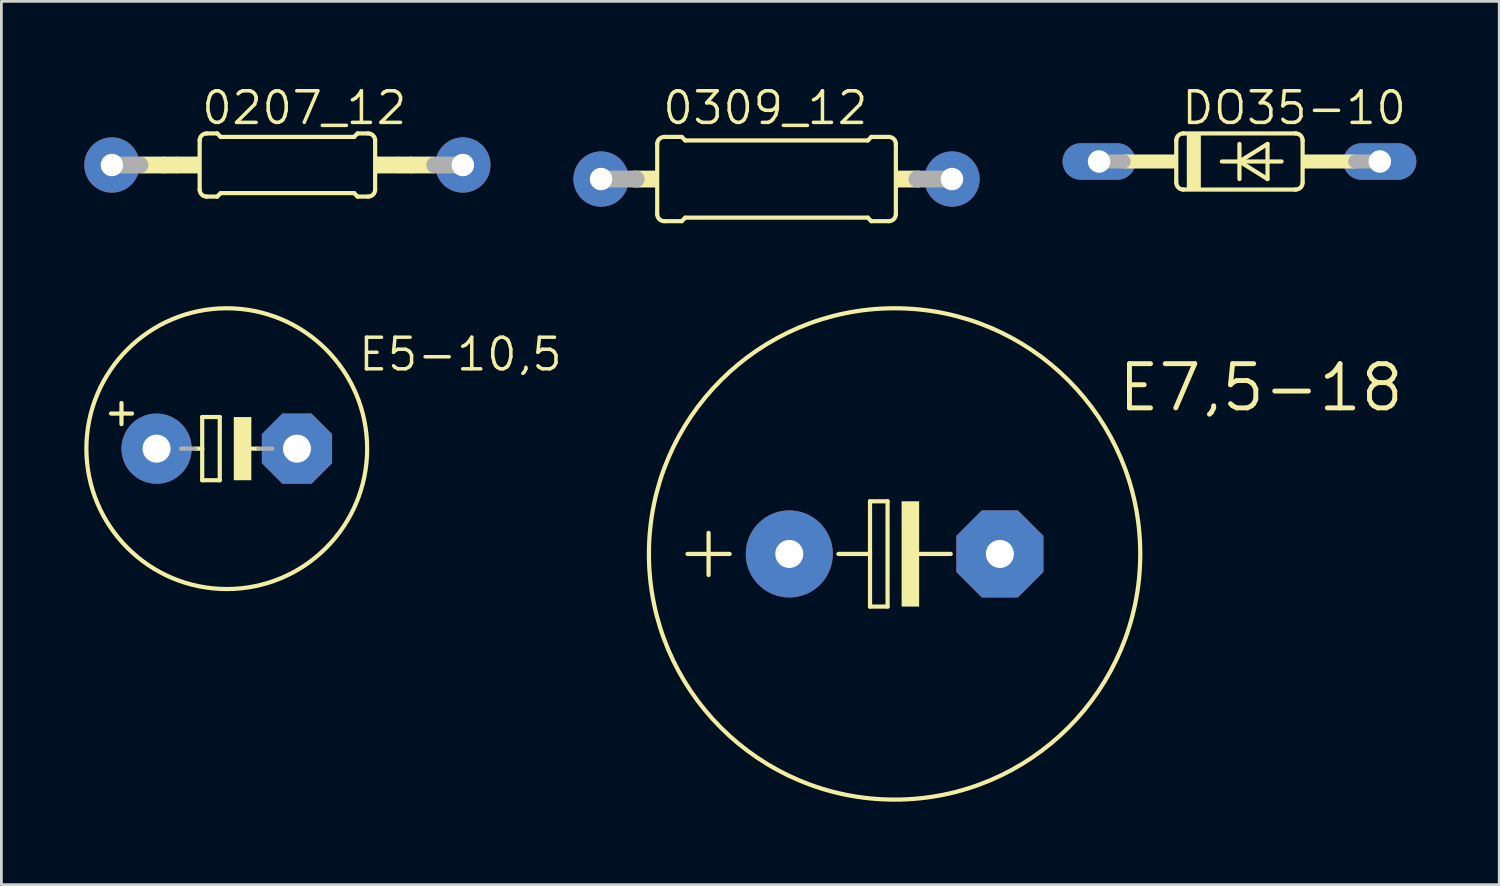
<source format=kicad_pcb>
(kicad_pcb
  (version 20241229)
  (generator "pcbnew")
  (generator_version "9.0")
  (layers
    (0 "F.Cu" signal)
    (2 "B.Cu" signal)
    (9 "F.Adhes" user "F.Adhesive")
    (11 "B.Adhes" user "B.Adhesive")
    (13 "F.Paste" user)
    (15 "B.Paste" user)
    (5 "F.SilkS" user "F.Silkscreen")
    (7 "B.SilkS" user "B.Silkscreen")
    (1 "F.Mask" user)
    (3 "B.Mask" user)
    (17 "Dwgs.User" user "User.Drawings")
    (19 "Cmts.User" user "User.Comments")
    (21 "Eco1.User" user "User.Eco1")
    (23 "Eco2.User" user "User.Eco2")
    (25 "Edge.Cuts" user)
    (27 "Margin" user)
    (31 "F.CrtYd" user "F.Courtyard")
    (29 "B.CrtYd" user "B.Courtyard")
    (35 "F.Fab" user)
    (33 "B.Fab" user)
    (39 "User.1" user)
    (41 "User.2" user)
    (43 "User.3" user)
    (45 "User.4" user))
  (footprint "0309_12"
    (layer "F.Cu")
    (at 25.05 3.429)
    (property "Reference" "0309_12" (at -4.191 -1.905 0) (layer "F.SilkS") (effects (font (size 1.143 1.143) (thickness 0.127)) (justify left bottom)))
    (fp_line (start -4.318 1.27) (end -4.318 -1.27) (stroke (width 0.152) (type solid)) (layer "F.SilkS"))
    (fp_line (start -4.064 -1.524) (end -3.429 -1.524) (stroke (width 0.152) (type solid)) (layer "F.SilkS"))
    (fp_line (start -4.064 1.524) (end -3.429 1.524) (stroke (width 0.152) (type solid)) (layer "F.SilkS"))
    (fp_line (start -3.302 -1.397) (end -3.429 -1.524) (stroke (width 0.152) (type solid)) (layer "F.SilkS"))
    (fp_line (start -3.302 1.397) (end -3.429 1.524) (stroke (width 0.152) (type solid)) (layer "F.SilkS"))
    (fp_line (start 3.302 -1.397) (end -3.302 -1.397) (stroke (width 0.152) (type solid)) (layer "F.SilkS"))
    (fp_line (start 3.302 -1.397) (end 3.429 -1.524) (stroke (width 0.152) (type solid)) (layer "F.SilkS"))
    (fp_line (start 3.302 1.397) (end -3.302 1.397) (stroke (width 0.152) (type solid)) (layer "F.SilkS"))
    (fp_line (start 3.302 1.397) (end 3.429 1.524) (stroke (width 0.152) (type solid)) (layer "F.SilkS"))
    (fp_line (start 4.064 -1.524) (end 3.429 -1.524) (stroke (width 0.152) (type solid)) (layer "F.SilkS"))
    (fp_line (start 4.064 1.524) (end 3.429 1.524) (stroke (width 0.152) (type solid)) (layer "F.SilkS"))
    (fp_line (start 4.318 1.27) (end 4.318 -1.27) (stroke (width 0.152) (type solid)) (layer "F.SilkS"))
    (fp_arc (start -4.318 -1.27) (mid -4.243605 -1.449605) (end -4.064 -1.524) (stroke (width 0.1524) (type solid)) (layer "F.SilkS"))
    (fp_arc (start -4.064 1.524) (mid -4.243605 1.449605) (end -4.318 1.27) (stroke (width 0.1524) (type solid)) (layer "F.SilkS"))
    (fp_arc (start 4.064 -1.524) (mid 4.243605 -1.449605) (end 4.318 -1.27) (stroke (width 0.1524) (type solid)) (layer "F.SilkS"))
    (fp_arc (start 4.318 1.27) (mid 4.243605 1.449605) (end 4.064 1.524) (stroke (width 0.1524) (type solid)) (layer "F.SilkS"))
    (fp_poly (pts (xy -5.182 0.305) (xy -4.318 0.305) (xy -4.318 -0.305) (xy -5.182 -0.305)) (stroke (width 0) (type default)) (fill yes) (layer "F.SilkS"))
    (fp_poly (pts (xy 4.318 0.305) (xy 5.182 0.305) (xy 5.182 -0.305) (xy 4.318 -0.305)) (stroke (width 0) (type default)) (fill yes) (layer "F.SilkS"))
    (fp_line (start -6.35 0) (end -5.08 0) (stroke (width 0.61) (type solid)) (layer "F.Fab"))
    (fp_line (start 6.35 0) (end 5.08 0) (stroke (width 0.61) (type solid)) (layer "F.Fab"))
    (pad "1" thru_hole circle (at -6.35 0) (size 2 2) (drill 0.813) (layers "*.Cu" "*.Mask"))
    (pad "2" thru_hole circle (at 6.35 0) (size 2 2) (drill 0.813) (layers "*.Cu" "*.Mask")))
  (footprint "DO35-10"
    (layer "F.Cu")
    (at 41.801 2.794)
    (property "Reference" "DO35-10" (at -2.159 -1.27 0) (layer "F.SilkS") (effects (font (size 1.143 1.143) (thickness 0.127)) (justify left bottom)))
    (fp_line (start -2.286 -0.762) (end -2.286 0.762) (stroke (width 0.152) (type solid)) (layer "F.SilkS"))
    (fp_line (start -2.032 -1.016) (end 2.032 -1.016) (stroke (width 0.152) (type solid)) (layer "F.SilkS"))
    (fp_line (start -2.032 1.016) (end 2.032 1.016) (stroke (width 0.152) (type solid)) (layer "F.SilkS"))
    (fp_line (start -0.635 0) (end 0 0) (stroke (width 0.152) (type solid)) (layer "F.SilkS"))
    (fp_line (start 0 -0.635) (end 0 0) (stroke (width 0.152) (type solid)) (layer "F.SilkS"))
    (fp_line (start 0 0) (end 0 0.635) (stroke (width 0.152) (type solid)) (layer "F.SilkS"))
    (fp_line (start 0 0) (end 1.016 -0.635) (stroke (width 0.152) (type solid)) (layer "F.SilkS"))
    (fp_line (start 0 0) (end 1.524 0) (stroke (width 0.152) (type solid)) (layer "F.SilkS"))
    (fp_line (start 1.016 -0.635) (end 1.016 0.635) (stroke (width 0.152) (type solid)) (layer "F.SilkS"))
    (fp_line (start 1.016 0.635) (end 0 0) (stroke (width 0.152) (type solid)) (layer "F.SilkS"))
    (fp_line (start 2.286 0.762) (end 2.286 -0.762) (stroke (width 0.152) (type solid)) (layer "F.SilkS"))
    (fp_arc (start -2.286 -0.762) (mid -2.211605 -0.941605) (end -2.032 -1.016) (stroke (width 0.1524) (type solid)) (layer "F.SilkS"))
    (fp_arc (start -2.032 1.016) (mid -2.211605 0.941605) (end -2.286 0.762) (stroke (width 0.1524) (type solid)) (layer "F.SilkS"))
    (fp_arc (start 2.032 -1.016) (mid 2.211605 -0.941605) (end 2.286 -0.762) (stroke (width 0.1524) (type solid)) (layer "F.SilkS"))
    (fp_arc (start 2.286 0.762) (mid 2.211605 0.941605) (end 2.032 1.016) (stroke (width 0.1524) (type solid)) (layer "F.SilkS"))
    (fp_poly (pts (xy -4.191 0.254) (xy -2.286 0.254) (xy -2.286 -0.254) (xy -4.191 -0.254)) (stroke (width 0) (type default)) (fill yes) (layer "F.SilkS"))
    (fp_poly (pts (xy -1.905 1.016) (xy -1.397 1.016) (xy -1.397 -1.016) (xy -1.905 -1.016)) (stroke (width 0) (type default)) (fill yes) (layer "F.SilkS"))
    (fp_poly (pts (xy 2.286 0.254) (xy 4.191 0.254) (xy 4.191 -0.254) (xy 2.286 -0.254)) (stroke (width 0) (type default)) (fill yes) (layer "F.SilkS"))
    (fp_line (start -5.08 0) (end -4.191 0) (stroke (width 0.508) (type solid)) (layer "F.Fab"))
    (fp_line (start 5.08 0) (end 4.191 0) (stroke (width 0.508) (type solid)) (layer "F.Fab"))
    (pad "A" thru_hole oval (at 5.08 0) (size 2.642 1.321) (drill 0.813) (layers "*.Cu" "*.Mask"))
    (pad "C" thru_hole oval (at -5.08 0) (size 2.642 1.321) (drill 0.813) (layers "*.Cu" "*.Mask")))
  (footprint "E7,5-18"
    (layer "F.Cu")
    (at 29.322 16.995)
    (property "Reference" "E7,5-18" (at 8.001 -5.08 0) (layer "F.SilkS") (effects (font (size 1.6 1.6) (thickness 0.178)) (justify left bottom)))
    (fp_line (start -7.493 0) (end -5.969 0) (stroke (width 0.152) (type solid)) (layer "F.SilkS"))
    (fp_line (start -6.731 0.762) (end -6.731 -0.762) (stroke (width 0.152) (type solid)) (layer "F.SilkS"))
    (fp_line (start -0.889 -1.905) (end -0.889 0) (stroke (width 0.152) (type solid)) (layer "F.SilkS"))
    (fp_line (start -0.889 0) (end -2.032 0) (stroke (width 0.152) (type solid)) (layer "F.SilkS"))
    (fp_line (start -0.889 0) (end -0.889 1.905) (stroke (width 0.152) (type solid)) (layer "F.SilkS"))
    (fp_line (start -0.889 1.905) (end -0.254 1.905) (stroke (width 0.152) (type solid)) (layer "F.SilkS"))
    (fp_line (start -0.254 -1.905) (end -0.889 -1.905) (stroke (width 0.152) (type solid)) (layer "F.SilkS"))
    (fp_line (start -0.254 1.905) (end -0.254 -1.905) (stroke (width 0.152) (type solid)) (layer "F.SilkS"))
    (fp_line (start 0.635 0) (end 2.032 0) (stroke (width 0.152) (type solid)) (layer "F.SilkS"))
    (fp_circle (center 0 0) (end 8.89 0) (stroke (width 0.152) (type solid)) (fill no) (layer "F.SilkS"))
    (fp_poly (pts (xy 0.254 1.905) (xy 0.889 1.905) (xy 0.889 -1.905) (xy 0.254 -1.905)) (stroke (width 0) (type default)) (fill yes) (layer "F.SilkS"))
    (pad "+" thru_hole circle (at -3.81 0) (size 3.15 3.15) (drill 1.016) (layers "*.Cu" "*.Mask"))
    (pad "-" thru_hole roundrect (at 3.81 0) (size 3.15 3.15) (drill 1.016) (layers "*.Cu" "*.Mask") (roundrect_rratio 0.25) (chamfer_ratio 0.293) (chamfer top_left top_right bottom_left bottom_right)))
  (footprint "E5-10,5"
    (layer "F.Cu")
    (at 5.156 13.185)
    (property "Reference" "E5-10,5" (at 4.699 -2.743 0) (layer "F.SilkS") (effects (font (size 1.143 1.143) (thickness 0.127)) (justify left bottom)))
    (fp_line (start -3.81 -1.651) (end -3.81 -0.889) (stroke (width 0.152) (type solid)) (layer "F.SilkS"))
    (fp_line (start -3.429 -1.27) (end -4.191 -1.27) (stroke (width 0.152) (type solid)) (layer "F.SilkS"))
    (fp_line (start -1.143 0) (end -0.889 0) (stroke (width 0.152) (type solid)) (layer "F.SilkS"))
    (fp_line (start -0.889 -1.143) (end -0.889 0) (stroke (width 0.152) (type solid)) (layer "F.SilkS"))
    (fp_line (start -0.889 0) (end -0.889 1.143) (stroke (width 0.152) (type solid)) (layer "F.SilkS"))
    (fp_line (start -0.889 1.143) (end -0.254 1.143) (stroke (width 0.152) (type solid)) (layer "F.SilkS"))
    (fp_line (start -0.254 -1.143) (end -0.889 -1.143) (stroke (width 0.152) (type solid)) (layer "F.SilkS"))
    (fp_line (start -0.254 1.143) (end -0.254 -1.143) (stroke (width 0.152) (type solid)) (layer "F.SilkS"))
    (fp_line (start 0.635 0) (end 1.143 0) (stroke (width 0.152) (type solid)) (layer "F.SilkS"))
    (fp_circle (center 0 0) (end 5.08 0) (stroke (width 0.152) (type solid)) (fill no) (layer "F.SilkS"))
    (fp_poly (pts (xy 0.254 1.143) (xy 0.889 1.143) (xy 0.889 -1.143) (xy 0.254 -1.143)) (stroke (width 0) (type default)) (fill yes) (layer "F.SilkS"))
    (fp_line (start -1.651 0) (end -1.143 0) (stroke (width 0.152) (type solid)) (layer "F.Fab"))
    (fp_line (start 1.143 0) (end 1.651 0) (stroke (width 0.152) (type solid)) (layer "F.Fab"))
    (pad "+" thru_hole circle (at -2.54 0) (size 2.54 2.54) (drill 1.016) (layers "*.Cu" "*.Mask"))
    (pad "-" thru_hole roundrect (at 2.54 0) (size 2.54 2.54) (drill 1.016) (layers "*.Cu" "*.Mask") (roundrect_rratio 0.25) (chamfer_ratio 0.293) (chamfer top_left top_right bottom_left bottom_right)))
  (footprint "0207_12"
    (layer "F.Cu")
    (at 7.35 2.921)
    (property "Reference" "0207_12" (at -3.175 -1.397 0) (layer "F.SilkS") (effects (font (size 1.143 1.143) (thickness 0.127)) (justify left bottom)))
    (fp_line (start -4.445 0) (end -4.064 0) (stroke (width 0.61) (type solid)) (layer "F.SilkS"))
    (fp_line (start -3.175 0.889) (end -3.175 -0.889) (stroke (width 0.152) (type solid)) (layer "F.SilkS"))
    (fp_line (start -2.921 -1.143) (end -2.54 -1.143) (stroke (width 0.152) (type solid)) (layer "F.SilkS"))
    (fp_line (start -2.921 1.143) (end -2.54 1.143) (stroke (width 0.152) (type solid)) (layer "F.SilkS"))
    (fp_line (start -2.413 -1.016) (end -2.54 -1.143) (stroke (width 0.152) (type solid)) (layer "F.SilkS"))
    (fp_line (start -2.413 1.016) (end -2.54 1.143) (stroke (width 0.152) (type solid)) (layer "F.SilkS"))
    (fp_line (start 2.413 -1.016) (end -2.413 -1.016) (stroke (width 0.152) (type solid)) (layer "F.SilkS"))
    (fp_line (start 2.413 -1.016) (end 2.54 -1.143) (stroke (width 0.152) (type solid)) (layer "F.SilkS"))
    (fp_line (start 2.413 1.016) (end -2.413 1.016) (stroke (width 0.152) (type solid)) (layer "F.SilkS"))
    (fp_line (start 2.413 1.016) (end 2.54 1.143) (stroke (width 0.152) (type solid)) (layer "F.SilkS"))
    (fp_line (start 2.921 -1.143) (end 2.54 -1.143) (stroke (width 0.152) (type solid)) (layer "F.SilkS"))
    (fp_line (start 2.921 1.143) (end 2.54 1.143) (stroke (width 0.152) (type solid)) (layer "F.SilkS"))
    (fp_line (start 3.175 0.889) (end 3.175 -0.889) (stroke (width 0.152) (type solid)) (layer "F.SilkS"))
    (fp_line (start 4.445 0) (end 4.064 0) (stroke (width 0.61) (type solid)) (layer "F.SilkS"))
    (fp_arc (start -3.175 -0.889) (mid -3.100605 -1.068605) (end -2.921 -1.143) (stroke (width 0.1524) (type solid)) (layer "F.SilkS"))
    (fp_arc (start -2.921 1.143) (mid -3.100605 1.068605) (end -3.175 0.889) (stroke (width 0.1524) (type solid)) (layer "F.SilkS"))
    (fp_arc (start 2.921 -1.143) (mid 3.100605 -1.068605) (end 3.175 -0.889) (stroke (width 0.1524) (type solid)) (layer "F.SilkS"))
    (fp_arc (start 3.175 0.889) (mid 3.100605 1.068605) (end 2.921 1.143) (stroke (width 0.1524) (type solid)) (layer "F.SilkS"))
    (fp_poly (pts (xy -5.309 0.305) (xy -4.445 0.305) (xy -4.445 -0.305) (xy -5.309 -0.305)) (stroke (width 0) (type default)) (fill yes) (layer "F.SilkS"))
    (fp_poly (pts (xy -4.039 0.305) (xy -3.175 0.305) (xy -3.175 -0.305) (xy -4.039 -0.305)) (stroke (width 0) (type default)) (fill yes) (layer "F.SilkS"))
    (fp_poly (pts (xy 3.175 0.305) (xy 4.039 0.305) (xy 4.039 -0.305) (xy 3.175 -0.305)) (stroke (width 0) (type default)) (fill yes) (layer "F.SilkS"))
    (fp_poly (pts (xy 4.445 0.305) (xy 5.309 0.305) (xy 5.309 -0.305) (xy 4.445 -0.305)) (stroke (width 0) (type default)) (fill yes) (layer "F.SilkS"))
    (fp_line (start -6.35 0) (end -5.334 0) (stroke (width 0.61) (type solid)) (layer "F.Fab"))
    (fp_line (start 6.35 0) (end 5.334 0) (stroke (width 0.61) (type solid)) (layer "F.Fab"))
    (pad "1" thru_hole circle (at -6.35 0) (size 2 2) (drill 0.813) (layers "*.Cu" "*.Mask"))
    (pad "2" thru_hole circle (at 6.35 0) (size 2 2) (drill 0.813) (layers "*.Cu" "*.Mask")))
  (gr_rect
    (start -3 -3)
    (end 51.202 28.962)
    (stroke (width 0.1) (type default))
    (fill no)
    (layer "Edge.Cuts")))
</source>
